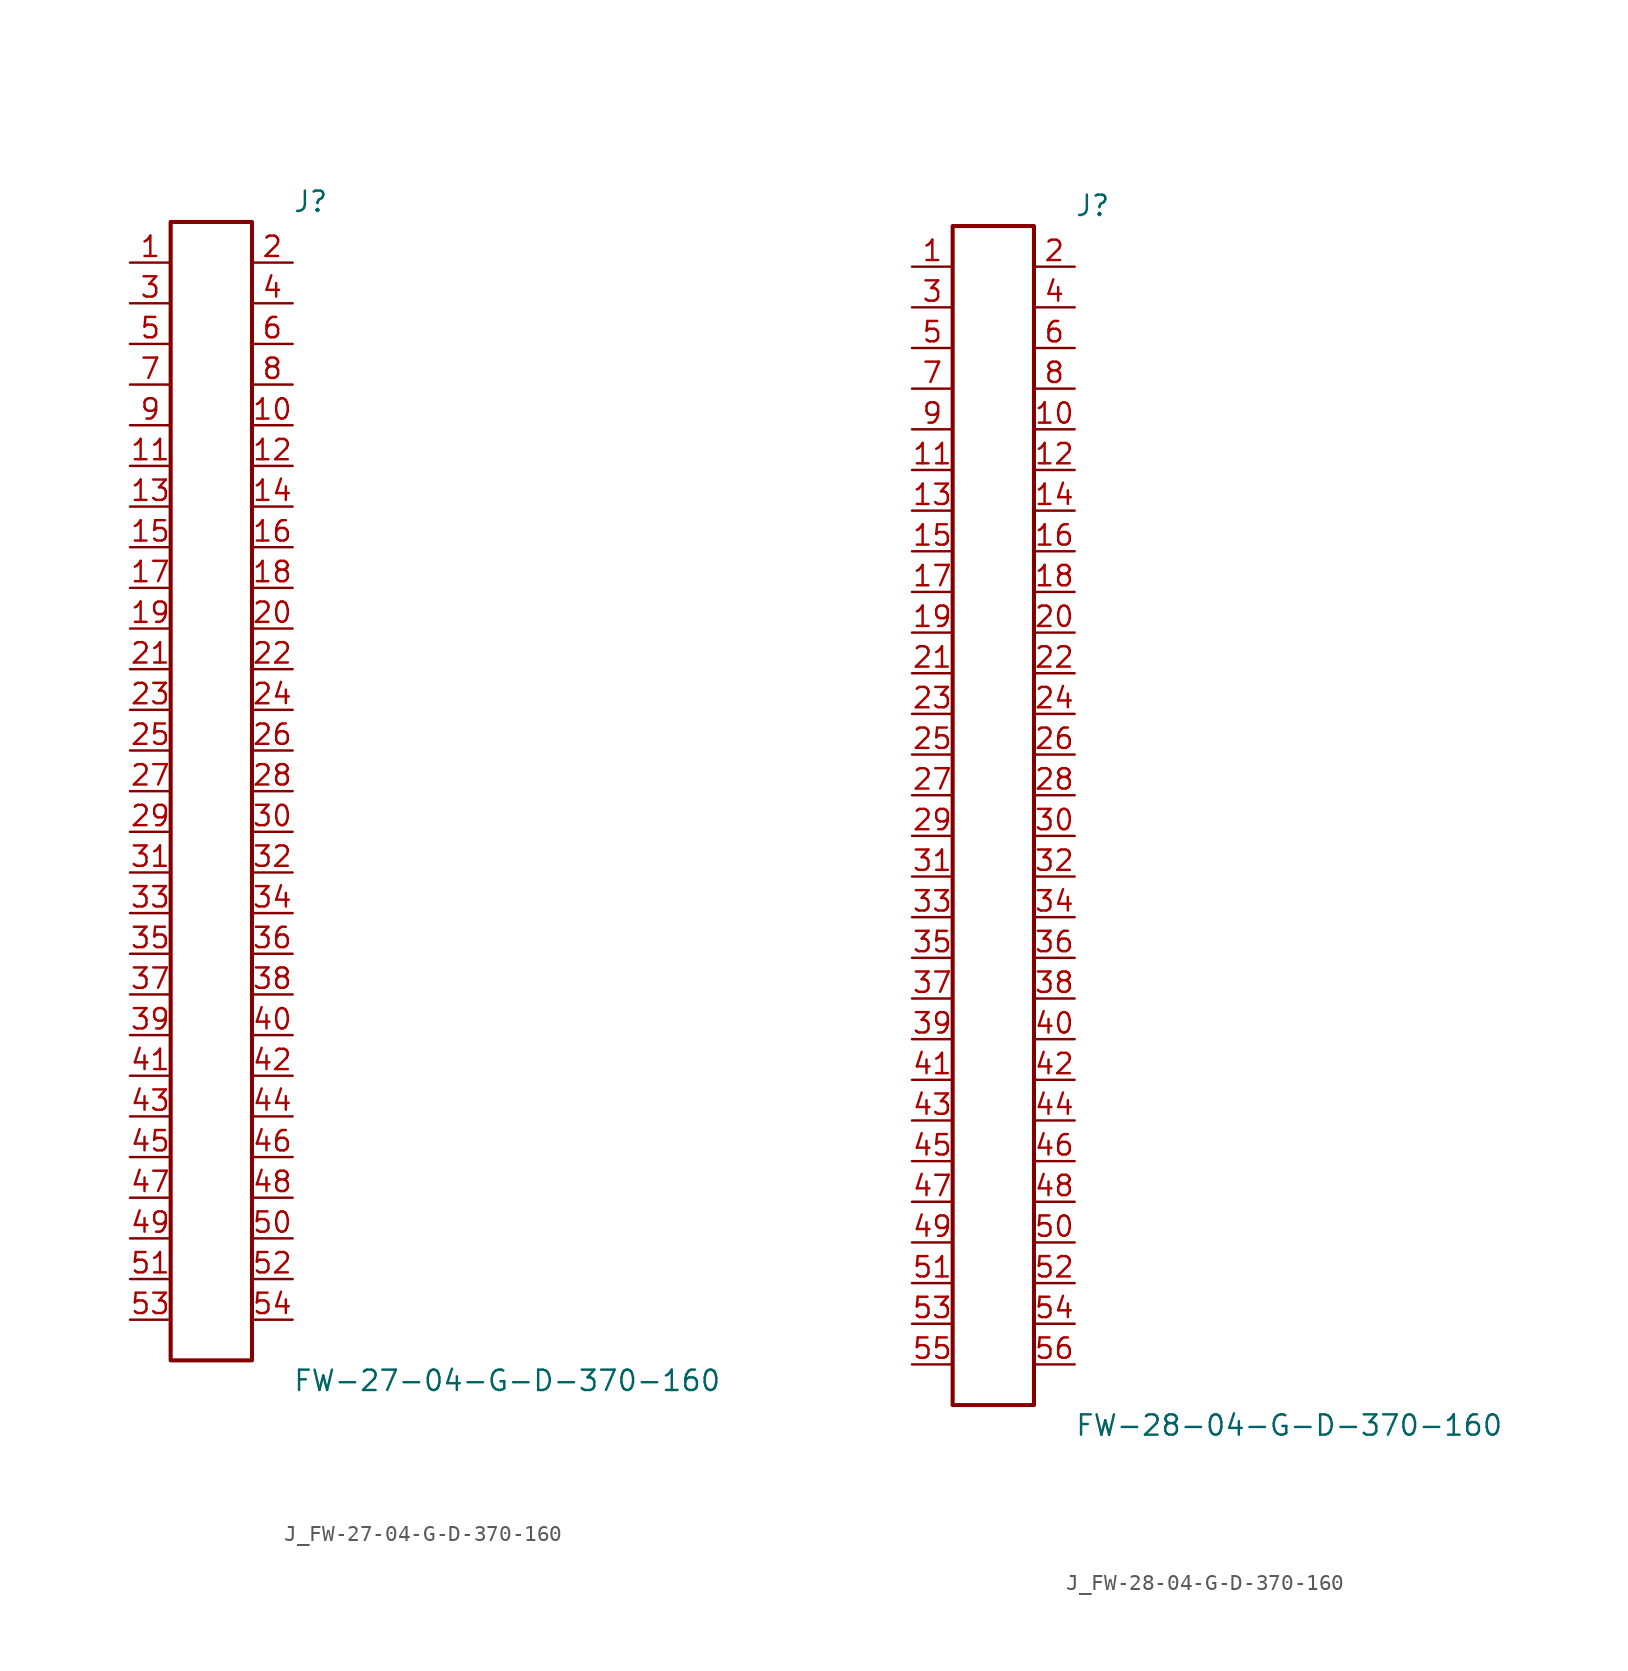
<source format=kicad_sym>
(kicad_symbol_lib
  (version 20231120)
  (generator kicad_symbol_editor)
  (generator_version 8.0)
  (symbol "J_FW-27-04-G-D-370-160"
    (pin_names
      (offset 0.254))
    (property "Reference" "J"
      (at 5.08 36.83 0)
      (effects (font (size 1.27 1.27)) (justify left)))
    (property "Value" "FW-27-04-G-D-370-160"
      (at 5.08 -36.83 0)
      (effects (font (size 1.27 1.27)) (justify left)))
    (symbol "J_FW-27-04-G-D-370-160_0_0"
      (pin unspecified line (at -5.08 33.02 0) (length 2.54) (name "" (effects (font (size 1.27 1.27)))) (number "1" (effects (font (size 1.27 1.27)))))
      (pin unspecified line (at 5.08 33.02 180) (length 2.54) (name "" (effects (font (size 1.27 1.27)))) (number "2" (effects (font (size 1.27 1.27)))))
      (pin unspecified line (at -5.08 30.48 0) (length 2.54) (name "" (effects (font (size 1.27 1.27)))) (number "3" (effects (font (size 1.27 1.27)))))
      (pin unspecified line (at 5.08 30.48 180) (length 2.54) (name "" (effects (font (size 1.27 1.27)))) (number "4" (effects (font (size 1.27 1.27)))))
      (pin unspecified line (at -5.08 27.94 0) (length 2.54) (name "" (effects (font (size 1.27 1.27)))) (number "5" (effects (font (size 1.27 1.27)))))
      (pin unspecified line (at 5.08 27.94 180) (length 2.54) (name "" (effects (font (size 1.27 1.27)))) (number "6" (effects (font (size 1.27 1.27)))))
      (pin unspecified line (at -5.08 25.4 0) (length 2.54) (name "" (effects (font (size 1.27 1.27)))) (number "7" (effects (font (size 1.27 1.27)))))
      (pin unspecified line (at 5.08 25.4 180) (length 2.54) (name "" (effects (font (size 1.27 1.27)))) (number "8" (effects (font (size 1.27 1.27)))))
      (pin unspecified line (at -5.08 22.86 0) (length 2.54) (name "" (effects (font (size 1.27 1.27)))) (number "9" (effects (font (size 1.27 1.27)))))
      (pin unspecified line (at 5.08 22.86 180) (length 2.54) (name "" (effects (font (size 1.27 1.27)))) (number "10" (effects (font (size 1.27 1.27)))))
      (pin unspecified line (at -5.08 20.32 0) (length 2.54) (name "" (effects (font (size 1.27 1.27)))) (number "11" (effects (font (size 1.27 1.27)))))
      (pin unspecified line (at 5.08 20.32 180) (length 2.54) (name "" (effects (font (size 1.27 1.27)))) (number "12" (effects (font (size 1.27 1.27)))))
      (pin unspecified line (at -5.08 17.78 0) (length 2.54) (name "" (effects (font (size 1.27 1.27)))) (number "13" (effects (font (size 1.27 1.27)))))
      (pin unspecified line (at 5.08 17.78 180) (length 2.54) (name "" (effects (font (size 1.27 1.27)))) (number "14" (effects (font (size 1.27 1.27)))))
      (pin unspecified line (at -5.08 15.24 0) (length 2.54) (name "" (effects (font (size 1.27 1.27)))) (number "15" (effects (font (size 1.27 1.27)))))
      (pin unspecified line (at 5.08 15.24 180) (length 2.54) (name "" (effects (font (size 1.27 1.27)))) (number "16" (effects (font (size 1.27 1.27)))))
      (pin unspecified line (at -5.08 12.7 0) (length 2.54) (name "" (effects (font (size 1.27 1.27)))) (number "17" (effects (font (size 1.27 1.27)))))
      (pin unspecified line (at 5.08 12.7 180) (length 2.54) (name "" (effects (font (size 1.27 1.27)))) (number "18" (effects (font (size 1.27 1.27)))))
      (pin unspecified line (at -5.08 10.16 0) (length 2.54) (name "" (effects (font (size 1.27 1.27)))) (number "19" (effects (font (size 1.27 1.27)))))
      (pin unspecified line (at 5.08 10.16 180) (length 2.54) (name "" (effects (font (size 1.27 1.27)))) (number "20" (effects (font (size 1.27 1.27)))))
      (pin unspecified line (at -5.08 7.62 0) (length 2.54) (name "" (effects (font (size 1.27 1.27)))) (number "21" (effects (font (size 1.27 1.27)))))
      (pin unspecified line (at 5.08 7.62 180) (length 2.54) (name "" (effects (font (size 1.27 1.27)))) (number "22" (effects (font (size 1.27 1.27)))))
      (pin unspecified line (at -5.08 5.08 0) (length 2.54) (name "" (effects (font (size 1.27 1.27)))) (number "23" (effects (font (size 1.27 1.27)))))
      (pin unspecified line (at 5.08 5.08 180) (length 2.54) (name "" (effects (font (size 1.27 1.27)))) (number "24" (effects (font (size 1.27 1.27)))))
      (pin unspecified line (at -5.08 2.54 0) (length 2.54) (name "" (effects (font (size 1.27 1.27)))) (number "25" (effects (font (size 1.27 1.27)))))
      (pin unspecified line (at 5.08 2.54 180) (length 2.54) (name "" (effects (font (size 1.27 1.27)))) (number "26" (effects (font (size 1.27 1.27)))))
      (pin unspecified line (at -5.08 0.0 0) (length 2.54) (name "" (effects (font (size 1.27 1.27)))) (number "27" (effects (font (size 1.27 1.27)))))
      (pin unspecified line (at 5.08 0.0 180) (length 2.54) (name "" (effects (font (size 1.27 1.27)))) (number "28" (effects (font (size 1.27 1.27)))))
      (pin unspecified line (at -5.08 -2.54 0) (length 2.54) (name "" (effects (font (size 1.27 1.27)))) (number "29" (effects (font (size 1.27 1.27)))))
      (pin unspecified line (at 5.08 -2.54 180) (length 2.54) (name "" (effects (font (size 1.27 1.27)))) (number "30" (effects (font (size 1.27 1.27)))))
      (pin unspecified line (at -5.08 -5.08 0) (length 2.54) (name "" (effects (font (size 1.27 1.27)))) (number "31" (effects (font (size 1.27 1.27)))))
      (pin unspecified line (at 5.08 -5.08 180) (length 2.54) (name "" (effects (font (size 1.27 1.27)))) (number "32" (effects (font (size 1.27 1.27)))))
      (pin unspecified line (at -5.08 -7.62 0) (length 2.54) (name "" (effects (font (size 1.27 1.27)))) (number "33" (effects (font (size 1.27 1.27)))))
      (pin unspecified line (at 5.08 -7.62 180) (length 2.54) (name "" (effects (font (size 1.27 1.27)))) (number "34" (effects (font (size 1.27 1.27)))))
      (pin unspecified line (at -5.08 -10.16 0) (length 2.54) (name "" (effects (font (size 1.27 1.27)))) (number "35" (effects (font (size 1.27 1.27)))))
      (pin unspecified line (at 5.08 -10.16 180) (length 2.54) (name "" (effects (font (size 1.27 1.27)))) (number "36" (effects (font (size 1.27 1.27)))))
      (pin unspecified line (at -5.08 -12.7 0) (length 2.54) (name "" (effects (font (size 1.27 1.27)))) (number "37" (effects (font (size 1.27 1.27)))))
      (pin unspecified line (at 5.08 -12.7 180) (length 2.54) (name "" (effects (font (size 1.27 1.27)))) (number "38" (effects (font (size 1.27 1.27)))))
      (pin unspecified line (at -5.08 -15.24 0) (length 2.54) (name "" (effects (font (size 1.27 1.27)))) (number "39" (effects (font (size 1.27 1.27)))))
      (pin unspecified line (at 5.08 -15.24 180) (length 2.54) (name "" (effects (font (size 1.27 1.27)))) (number "40" (effects (font (size 1.27 1.27)))))
      (pin unspecified line (at -5.08 -17.78 0) (length 2.54) (name "" (effects (font (size 1.27 1.27)))) (number "41" (effects (font (size 1.27 1.27)))))
      (pin unspecified line (at 5.08 -17.78 180) (length 2.54) (name "" (effects (font (size 1.27 1.27)))) (number "42" (effects (font (size 1.27 1.27)))))
      (pin unspecified line (at -5.08 -20.32 0) (length 2.54) (name "" (effects (font (size 1.27 1.27)))) (number "43" (effects (font (size 1.27 1.27)))))
      (pin unspecified line (at 5.08 -20.32 180) (length 2.54) (name "" (effects (font (size 1.27 1.27)))) (number "44" (effects (font (size 1.27 1.27)))))
      (pin unspecified line (at -5.08 -22.86 0) (length 2.54) (name "" (effects (font (size 1.27 1.27)))) (number "45" (effects (font (size 1.27 1.27)))))
      (pin unspecified line (at 5.08 -22.86 180) (length 2.54) (name "" (effects (font (size 1.27 1.27)))) (number "46" (effects (font (size 1.27 1.27)))))
      (pin unspecified line (at -5.08 -25.4 0) (length 2.54) (name "" (effects (font (size 1.27 1.27)))) (number "47" (effects (font (size 1.27 1.27)))))
      (pin unspecified line (at 5.08 -25.4 180) (length 2.54) (name "" (effects (font (size 1.27 1.27)))) (number "48" (effects (font (size 1.27 1.27)))))
      (pin unspecified line (at -5.08 -27.94 0) (length 2.54) (name "" (effects (font (size 1.27 1.27)))) (number "49" (effects (font (size 1.27 1.27)))))
      (pin unspecified line (at 5.08 -27.94 180) (length 2.54) (name "" (effects (font (size 1.27 1.27)))) (number "50" (effects (font (size 1.27 1.27)))))
      (pin unspecified line (at -5.08 -30.48 0) (length 2.54) (name "" (effects (font (size 1.27 1.27)))) (number "51" (effects (font (size 1.27 1.27)))))
      (pin unspecified line (at 5.08 -30.48 180) (length 2.54) (name "" (effects (font (size 1.27 1.27)))) (number "52" (effects (font (size 1.27 1.27)))))
      (pin unspecified line (at -5.08 -33.02 0) (length 2.54) (name "" (effects (font (size 1.27 1.27)))) (number "53" (effects (font (size 1.27 1.27)))))
      (pin unspecified line (at 5.08 -33.02 180) (length 2.54) (name "" (effects (font (size 1.27 1.27)))) (number "54" (effects (font (size 1.27 1.27))))))
    (symbol "J_FW-27-04-G-D-370-160_1_0"
      (rectangle (start -2.54 35.56) (end 2.54 -35.56) (stroke (width 0.254) (type solid)) (fill (type none)))))
  (symbol "J_FW-28-04-G-D-370-160"
    (pin_names
      (offset 0.254))
    (property "Reference" "J"
      (at 5.08 38.1 0)
      (effects (font (size 1.27 1.27)) (justify left)))
    (property "Value" "FW-28-04-G-D-370-160"
      (at 5.08 -38.1 0)
      (effects (font (size 1.27 1.27)) (justify left)))
    (symbol "J_FW-28-04-G-D-370-160_0_0"
      (pin unspecified line (at -5.08 34.29 0) (length 2.54) (name "" (effects (font (size 1.27 1.27)))) (number "1" (effects (font (size 1.27 1.27)))))
      (pin unspecified line (at 5.08 34.29 180) (length 2.54) (name "" (effects (font (size 1.27 1.27)))) (number "2" (effects (font (size 1.27 1.27)))))
      (pin unspecified line (at -5.08 31.75 0) (length 2.54) (name "" (effects (font (size 1.27 1.27)))) (number "3" (effects (font (size 1.27 1.27)))))
      (pin unspecified line (at 5.08 31.75 180) (length 2.54) (name "" (effects (font (size 1.27 1.27)))) (number "4" (effects (font (size 1.27 1.27)))))
      (pin unspecified line (at -5.08 29.21 0) (length 2.54) (name "" (effects (font (size 1.27 1.27)))) (number "5" (effects (font (size 1.27 1.27)))))
      (pin unspecified line (at 5.08 29.21 180) (length 2.54) (name "" (effects (font (size 1.27 1.27)))) (number "6" (effects (font (size 1.27 1.27)))))
      (pin unspecified line (at -5.08 26.67 0) (length 2.54) (name "" (effects (font (size 1.27 1.27)))) (number "7" (effects (font (size 1.27 1.27)))))
      (pin unspecified line (at 5.08 26.67 180) (length 2.54) (name "" (effects (font (size 1.27 1.27)))) (number "8" (effects (font (size 1.27 1.27)))))
      (pin unspecified line (at -5.08 24.13 0) (length 2.54) (name "" (effects (font (size 1.27 1.27)))) (number "9" (effects (font (size 1.27 1.27)))))
      (pin unspecified line (at 5.08 24.13 180) (length 2.54) (name "" (effects (font (size 1.27 1.27)))) (number "10" (effects (font (size 1.27 1.27)))))
      (pin unspecified line (at -5.08 21.59 0) (length 2.54) (name "" (effects (font (size 1.27 1.27)))) (number "11" (effects (font (size 1.27 1.27)))))
      (pin unspecified line (at 5.08 21.59 180) (length 2.54) (name "" (effects (font (size 1.27 1.27)))) (number "12" (effects (font (size 1.27 1.27)))))
      (pin unspecified line (at -5.08 19.05 0) (length 2.54) (name "" (effects (font (size 1.27 1.27)))) (number "13" (effects (font (size 1.27 1.27)))))
      (pin unspecified line (at 5.08 19.05 180) (length 2.54) (name "" (effects (font (size 1.27 1.27)))) (number "14" (effects (font (size 1.27 1.27)))))
      (pin unspecified line (at -5.08 16.51 0) (length 2.54) (name "" (effects (font (size 1.27 1.27)))) (number "15" (effects (font (size 1.27 1.27)))))
      (pin unspecified line (at 5.08 16.51 180) (length 2.54) (name "" (effects (font (size 1.27 1.27)))) (number "16" (effects (font (size 1.27 1.27)))))
      (pin unspecified line (at -5.08 13.97 0) (length 2.54) (name "" (effects (font (size 1.27 1.27)))) (number "17" (effects (font (size 1.27 1.27)))))
      (pin unspecified line (at 5.08 13.97 180) (length 2.54) (name "" (effects (font (size 1.27 1.27)))) (number "18" (effects (font (size 1.27 1.27)))))
      (pin unspecified line (at -5.08 11.43 0) (length 2.54) (name "" (effects (font (size 1.27 1.27)))) (number "19" (effects (font (size 1.27 1.27)))))
      (pin unspecified line (at 5.08 11.43 180) (length 2.54) (name "" (effects (font (size 1.27 1.27)))) (number "20" (effects (font (size 1.27 1.27)))))
      (pin unspecified line (at -5.08 8.89 0) (length 2.54) (name "" (effects (font (size 1.27 1.27)))) (number "21" (effects (font (size 1.27 1.27)))))
      (pin unspecified line (at 5.08 8.89 180) (length 2.54) (name "" (effects (font (size 1.27 1.27)))) (number "22" (effects (font (size 1.27 1.27)))))
      (pin unspecified line (at -5.08 6.35 0) (length 2.54) (name "" (effects (font (size 1.27 1.27)))) (number "23" (effects (font (size 1.27 1.27)))))
      (pin unspecified line (at 5.08 6.35 180) (length 2.54) (name "" (effects (font (size 1.27 1.27)))) (number "24" (effects (font (size 1.27 1.27)))))
      (pin unspecified line (at -5.08 3.81 0) (length 2.54) (name "" (effects (font (size 1.27 1.27)))) (number "25" (effects (font (size 1.27 1.27)))))
      (pin unspecified line (at 5.08 3.81 180) (length 2.54) (name "" (effects (font (size 1.27 1.27)))) (number "26" (effects (font (size 1.27 1.27)))))
      (pin unspecified line (at -5.08 1.27 0) (length 2.54) (name "" (effects (font (size 1.27 1.27)))) (number "27" (effects (font (size 1.27 1.27)))))
      (pin unspecified line (at 5.08 1.27 180) (length 2.54) (name "" (effects (font (size 1.27 1.27)))) (number "28" (effects (font (size 1.27 1.27)))))
      (pin unspecified line (at -5.08 -1.27 0) (length 2.54) (name "" (effects (font (size 1.27 1.27)))) (number "29" (effects (font (size 1.27 1.27)))))
      (pin unspecified line (at 5.08 -1.27 180) (length 2.54) (name "" (effects (font (size 1.27 1.27)))) (number "30" (effects (font (size 1.27 1.27)))))
      (pin unspecified line (at -5.08 -3.81 0) (length 2.54) (name "" (effects (font (size 1.27 1.27)))) (number "31" (effects (font (size 1.27 1.27)))))
      (pin unspecified line (at 5.08 -3.81 180) (length 2.54) (name "" (effects (font (size 1.27 1.27)))) (number "32" (effects (font (size 1.27 1.27)))))
      (pin unspecified line (at -5.08 -6.35 0) (length 2.54) (name "" (effects (font (size 1.27 1.27)))) (number "33" (effects (font (size 1.27 1.27)))))
      (pin unspecified line (at 5.08 -6.35 180) (length 2.54) (name "" (effects (font (size 1.27 1.27)))) (number "34" (effects (font (size 1.27 1.27)))))
      (pin unspecified line (at -5.08 -8.89 0) (length 2.54) (name "" (effects (font (size 1.27 1.27)))) (number "35" (effects (font (size 1.27 1.27)))))
      (pin unspecified line (at 5.08 -8.89 180) (length 2.54) (name "" (effects (font (size 1.27 1.27)))) (number "36" (effects (font (size 1.27 1.27)))))
      (pin unspecified line (at -5.08 -11.43 0) (length 2.54) (name "" (effects (font (size 1.27 1.27)))) (number "37" (effects (font (size 1.27 1.27)))))
      (pin unspecified line (at 5.08 -11.43 180) (length 2.54) (name "" (effects (font (size 1.27 1.27)))) (number "38" (effects (font (size 1.27 1.27)))))
      (pin unspecified line (at -5.08 -13.97 0) (length 2.54) (name "" (effects (font (size 1.27 1.27)))) (number "39" (effects (font (size 1.27 1.27)))))
      (pin unspecified line (at 5.08 -13.97 180) (length 2.54) (name "" (effects (font (size 1.27 1.27)))) (number "40" (effects (font (size 1.27 1.27)))))
      (pin unspecified line (at -5.08 -16.51 0) (length 2.54) (name "" (effects (font (size 1.27 1.27)))) (number "41" (effects (font (size 1.27 1.27)))))
      (pin unspecified line (at 5.08 -16.51 180) (length 2.54) (name "" (effects (font (size 1.27 1.27)))) (number "42" (effects (font (size 1.27 1.27)))))
      (pin unspecified line (at -5.08 -19.05 0) (length 2.54) (name "" (effects (font (size 1.27 1.27)))) (number "43" (effects (font (size 1.27 1.27)))))
      (pin unspecified line (at 5.08 -19.05 180) (length 2.54) (name "" (effects (font (size 1.27 1.27)))) (number "44" (effects (font (size 1.27 1.27)))))
      (pin unspecified line (at -5.08 -21.59 0) (length 2.54) (name "" (effects (font (size 1.27 1.27)))) (number "45" (effects (font (size 1.27 1.27)))))
      (pin unspecified line (at 5.08 -21.59 180) (length 2.54) (name "" (effects (font (size 1.27 1.27)))) (number "46" (effects (font (size 1.27 1.27)))))
      (pin unspecified line (at -5.08 -24.13 0) (length 2.54) (name "" (effects (font (size 1.27 1.27)))) (number "47" (effects (font (size 1.27 1.27)))))
      (pin unspecified line (at 5.08 -24.13 180) (length 2.54) (name "" (effects (font (size 1.27 1.27)))) (number "48" (effects (font (size 1.27 1.27)))))
      (pin unspecified line (at -5.08 -26.67 0) (length 2.54) (name "" (effects (font (size 1.27 1.27)))) (number "49" (effects (font (size 1.27 1.27)))))
      (pin unspecified line (at 5.08 -26.67 180) (length 2.54) (name "" (effects (font (size 1.27 1.27)))) (number "50" (effects (font (size 1.27 1.27)))))
      (pin unspecified line (at -5.08 -29.21 0) (length 2.54) (name "" (effects (font (size 1.27 1.27)))) (number "51" (effects (font (size 1.27 1.27)))))
      (pin unspecified line (at 5.08 -29.21 180) (length 2.54) (name "" (effects (font (size 1.27 1.27)))) (number "52" (effects (font (size 1.27 1.27)))))
      (pin unspecified line (at -5.08 -31.75 0) (length 2.54) (name "" (effects (font (size 1.27 1.27)))) (number "53" (effects (font (size 1.27 1.27)))))
      (pin unspecified line (at 5.08 -31.75 180) (length 2.54) (name "" (effects (font (size 1.27 1.27)))) (number "54" (effects (font (size 1.27 1.27)))))
      (pin unspecified line (at -5.08 -34.29 0) (length 2.54) (name "" (effects (font (size 1.27 1.27)))) (number "55" (effects (font (size 1.27 1.27)))))
      (pin unspecified line (at 5.08 -34.29 180) (length 2.54) (name "" (effects (font (size 1.27 1.27)))) (number "56" (effects (font (size 1.27 1.27))))))
    (symbol "J_FW-28-04-G-D-370-160_1_0"
      (rectangle (start -2.54 36.83) (end 2.54 -36.83) (stroke (width 0.254) (type solid)) (fill (type none))))))
</source>
